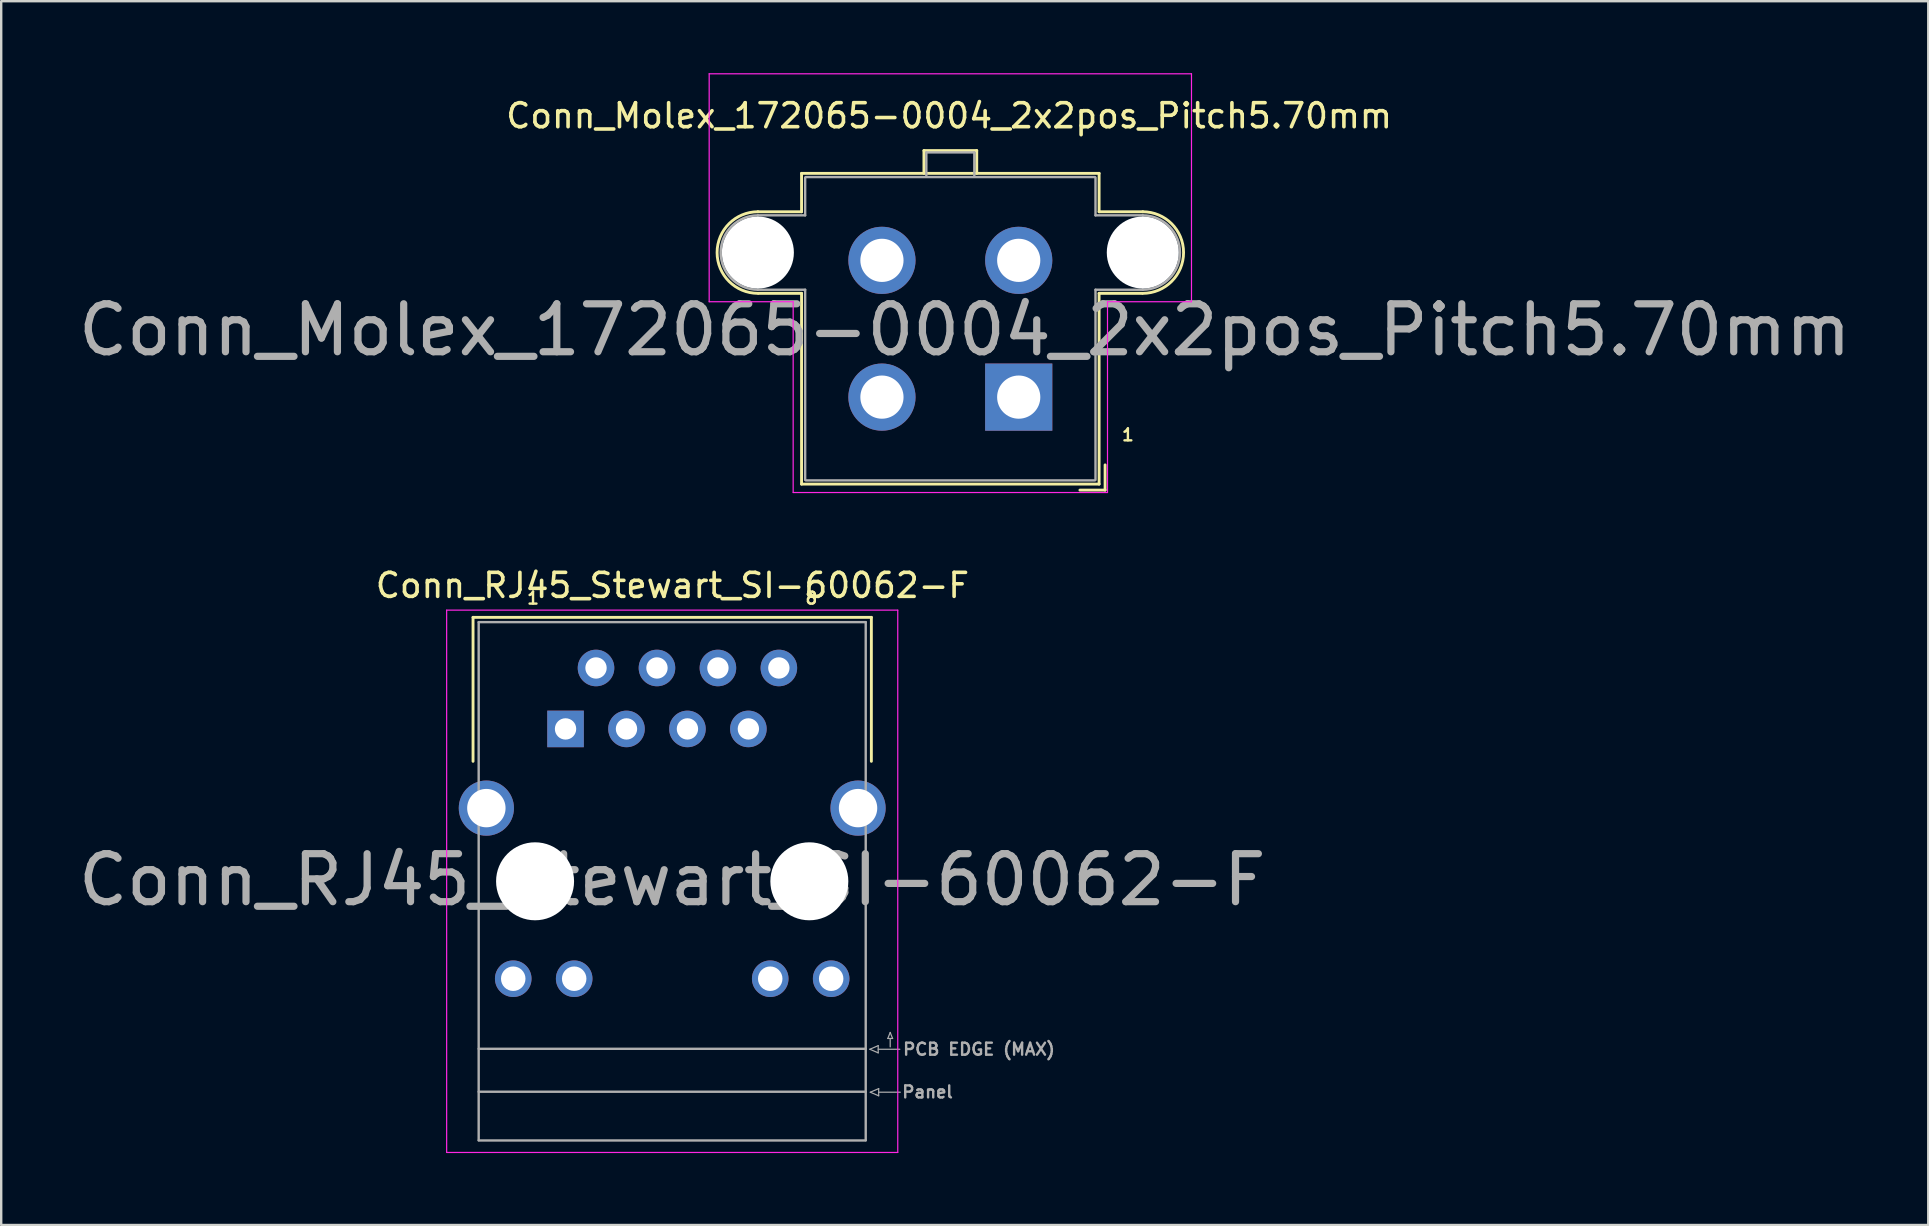
<source format=kicad_pcb>
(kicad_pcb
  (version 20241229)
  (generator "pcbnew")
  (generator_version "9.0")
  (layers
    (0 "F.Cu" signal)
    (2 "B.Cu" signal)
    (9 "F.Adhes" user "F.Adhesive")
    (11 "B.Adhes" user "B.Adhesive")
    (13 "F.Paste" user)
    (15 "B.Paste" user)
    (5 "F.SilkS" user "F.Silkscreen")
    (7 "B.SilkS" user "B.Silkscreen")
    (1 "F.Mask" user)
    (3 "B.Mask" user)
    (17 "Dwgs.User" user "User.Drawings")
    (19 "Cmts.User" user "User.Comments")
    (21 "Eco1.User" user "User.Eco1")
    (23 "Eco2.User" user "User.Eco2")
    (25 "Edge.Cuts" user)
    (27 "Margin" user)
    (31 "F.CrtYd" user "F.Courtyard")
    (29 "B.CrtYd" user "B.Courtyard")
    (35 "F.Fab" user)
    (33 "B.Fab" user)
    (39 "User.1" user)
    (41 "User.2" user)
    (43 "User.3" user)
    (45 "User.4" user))
  (footprint "Conn_RJ45_Stewart_SI-60062-F"
    (layer "F.Cu")
    (at 24.964 33.678)
    (property "Reference" "Conn_RJ45_Stewart_SI-60062-F" (at 0.01 -12.33 0) (layer "F.SilkS") (effects (font (size 1 1) (thickness 0.15))))
    (attr through_hole)
    (fp_line (start -8.3 -11) (end 8.3 -11) (stroke (width 0.12) (type solid)) (layer "F.SilkS"))
    (fp_line (start -8.3 -5) (end -8.3 -11) (stroke (width 0.12) (type solid)) (layer "F.SilkS"))
    (fp_line (start 8.3 -5) (end 8.3 -11) (stroke (width 0.12) (type solid)) (layer "F.SilkS"))
    (fp_line (start -9.4 -11.3) (end 9.4 -11.3) (stroke (width 0.05) (type solid)) (layer "F.CrtYd"))
    (fp_line (start -9.4 11.3) (end -9.4 -11.3) (stroke (width 0.05) (type solid)) (layer "F.CrtYd"))
    (fp_line (start -9.4 11.3) (end 9.4 11.3) (stroke (width 0.05) (type solid)) (layer "F.CrtYd"))
    (fp_line (start 9.4 11.3) (end 9.4 -11.3) (stroke (width 0.05) (type solid)) (layer "F.CrtYd"))
    (fp_line (start -8.065 -10.8) (end -8.065 10.79) (stroke (width 0.1) (type solid)) (layer "F.Fab"))
    (fp_line (start -8.065 -10.8) (end 8.065 -10.8) (stroke (width 0.1) (type solid)) (layer "F.Fab"))
    (fp_line (start -8.065 6.98) (end 8.065 6.98) (stroke (width 0.1) (type solid)) (layer "F.Fab"))
    (fp_line (start -8.065 8.77) (end 8.065 8.77) (stroke (width 0.1) (type solid)) (layer "F.Fab"))
    (fp_line (start -8.065 10.8) (end 8.065 10.8) (stroke (width 0.1) (type solid)) (layer "F.Fab"))
    (fp_line (start 8.065 -10.8) (end 8.065 10.79) (stroke (width 0.1) (type solid)) (layer "F.Fab"))
    (fp_line (start 8.235 7) (end 8.585 6.85) (stroke (width 0.05) (type solid)) (layer "F.Fab"))
    (fp_line (start 8.255 8.79) (end 8.605 8.64) (stroke (width 0.05) (type solid)) (layer "F.Fab"))
    (fp_line (start 8.585 6.85) (end 8.585 7.15) (stroke (width 0.05) (type solid)) (layer "F.Fab"))
    (fp_line (start 8.585 7) (end 9.485 7) (stroke (width 0.05) (type solid)) (layer "F.Fab"))
    (fp_line (start 8.585 7.15) (end 8.235 7) (stroke (width 0.05) (type solid)) (layer "F.Fab"))
    (fp_line (start 8.605 8.64) (end 8.605 8.94) (stroke (width 0.05) (type solid)) (layer "F.Fab"))
    (fp_line (start 8.605 8.79) (end 9.505 8.79) (stroke (width 0.05) (type solid)) (layer "F.Fab"))
    (fp_line (start 8.605 8.94) (end 8.255 8.79) (stroke (width 0.05) (type solid)) (layer "F.Fab"))
    (fp_line (start 8.985 6.55) (end 9.185 6.55) (stroke (width 0.05) (type solid)) (layer "F.Fab"))
    (fp_line (start 9.085 6.3) (end 8.985 6.55) (stroke (width 0.05) (type solid)) (layer "F.Fab"))
    (fp_line (start 9.085 6.9) (end 9.085 6.55) (stroke (width 0.05) (type solid)) (layer "F.Fab"))
    (fp_line (start 9.185 6.55) (end 9.085 6.3) (stroke (width 0.05) (type solid)) (layer "F.Fab"))
    (fp_text user "1" (at -5.8 -11.8 0) (layer "F.SilkS") (effects (font (size 0.5 0.5) (thickness 0.1))))
    (fp_text user "8" (at 5.8 -11.8 0) (layer "F.SilkS") (effects (font (size 0.5 0.5) (thickness 0.1))))
    (fp_text user "${REFERENCE}" (at 0 -0.06 0) (layer "F.Fab") (effects (font (size 2 2) (thickness 0.3))))
    (fp_text user "Panel" (at 10.64 8.78 0) (layer "F.Fab") (effects (font (size 0.5 0.5) (thickness 0.1))))
    (fp_text user "PCB EDGE (MAX)" (at 12.785 7 0) (layer "F.Fab") (effects (font (size 0.5 0.5) (thickness 0.1))))
    (pad "" np_thru_hole circle (at -5.715 0) (size 3.25 3.25) (drill 3.25) (layers "*.Cu" "*.Mask"))
    (pad "" np_thru_hole circle (at 5.715 0) (size 3.25 3.25) (drill 3.25) (layers "*.Cu" "*.Mask"))
    (pad "1" thru_hole rect (at -4.445 -6.35) (size 1.524 1.524) (drill 0.89) (layers "*.Cu" "*.Mask"))
    (pad "2" thru_hole circle (at -3.175 -8.89) (size 1.524 1.524) (drill 0.89) (layers "*.Cu" "*.Mask"))
    (pad "3" thru_hole circle (at -1.905 -6.35) (size 1.524 1.524) (drill 0.89) (layers "*.Cu" "*.Mask"))
    (pad "4" thru_hole circle (at -0.635 -8.89) (size 1.524 1.524) (drill 0.89) (layers "*.Cu" "*.Mask"))
    (pad "5" thru_hole circle (at 0.635 -6.35) (size 1.524 1.524) (drill 0.89) (layers "*.Cu" "*.Mask"))
    (pad "6" thru_hole circle (at 1.905 -8.89) (size 1.524 1.524) (drill 0.89) (layers "*.Cu" "*.Mask"))
    (pad "7" thru_hole circle (at 3.175 -6.35) (size 1.524 1.524) (drill 0.89) (layers "*.Cu" "*.Mask"))
    (pad "8" thru_hole circle (at 4.445 -8.89) (size 1.524 1.524) (drill 0.89) (layers "*.Cu" "*.Mask"))
    (pad "9" thru_hole circle (at -6.625 4.06) (size 1.524 1.524) (drill 1.02) (layers "*.Cu" "*.Mask"))
    (pad "10" thru_hole circle (at -4.085 4.06) (size 1.524 1.524) (drill 1.02) (layers "*.Cu" "*.Mask"))
    (pad "11" thru_hole circle (at 4.085 4.06) (size 1.524 1.524) (drill 1.02) (layers "*.Cu" "*.Mask"))
    (pad "12" thru_hole circle (at 6.625 4.06) (size 1.524 1.524) (drill 1.02) (layers "*.Cu" "*.Mask"))
    (pad "13" thru_hole circle (at -7.745 -3.05) (size 2.3 2.3) (drill 1.6) (layers "*.Cu" "*.Mask"))
    (pad "13" thru_hole circle (at 7.745 -3.05) (size 2.3 2.3) (drill 1.6) (layers "*.Cu" "*.Mask")))
  (footprint "Conn_Molex_172065-0004_2x2pos_Pitch5.70mm"
    (layer "F.Cu")
    (at 36.555 7.475)
    (property "Reference" "Conn_Molex_172065-0004_2x2pos_Pitch5.70mm" (at -0.05 -5.7 0) (layer "F.SilkS") (effects (font (size 1 1) (thickness 0.15))))
    (attr through_hole)
    (fp_line (start -6.2 -3.3) (end -6.2 -1.7) (stroke (width 0.12) (type solid)) (layer "F.SilkS"))
    (fp_line (start -6.2 -1.7) (end -8.02 -1.7) (stroke (width 0.12) (type solid)) (layer "F.SilkS"))
    (fp_line (start -6.2 1.7) (end -8 1.7) (stroke (width 0.12) (type solid)) (layer "F.SilkS"))
    (fp_line (start -6.2 9.65) (end -6.2 1.7) (stroke (width 0.12) (type solid)) (layer "F.SilkS"))
    (fp_line (start -1.1 -4.25) (end -1.1 -3.3) (stroke (width 0.12) (type solid)) (layer "F.SilkS"))
    (fp_line (start 1.1 -4.25) (end -1.1 -4.25) (stroke (width 0.12) (type solid)) (layer "F.SilkS"))
    (fp_line (start 1.1 -4.25) (end 1.1 -3.3) (stroke (width 0.12) (type solid)) (layer "F.SilkS"))
    (fp_line (start 6.2 -3.3) (end -6.2 -3.3) (stroke (width 0.12) (type solid)) (layer "F.SilkS"))
    (fp_line (start 6.2 -3.3) (end 6.2 -1.7) (stroke (width 0.12) (type solid)) (layer "F.SilkS"))
    (fp_line (start 6.2 9.65) (end -6.2 9.65) (stroke (width 0.12) (type solid)) (layer "F.SilkS"))
    (fp_line (start 6.2 9.65) (end 6.2 1.7) (stroke (width 0.12) (type solid)) (layer "F.SilkS"))
    (fp_line (start 6.45 8.85) (end 6.45 9.9) (stroke (width 0.12) (type solid)) (layer "F.SilkS"))
    (fp_line (start 6.45 9.9) (end 5.4 9.9) (stroke (width 0.12) (type solid)) (layer "F.SilkS"))
    (fp_line (start 8 1.7) (end 6.2 1.7) (stroke (width 0.12) (type solid)) (layer "F.SilkS"))
    (fp_line (start 8.02 -1.7) (end 6.2 -1.7) (stroke (width 0.12) (type solid)) (layer "F.SilkS"))
    (fp_arc (start -8.02 1.7) (mid -9.72 0) (end -8.02 -1.7) (stroke (width 0.12) (type solid)) (layer "F.SilkS"))
    (fp_arc (start 8.02 -1.7) (mid 9.72 0) (end 8.02 1.7) (stroke (width 0.12) (type solid)) (layer "F.SilkS"))
    (fp_line (start -10.05 2.05) (end -10.05 -7.45) (stroke (width 0.05) (type solid)) (layer "F.CrtYd"))
    (fp_line (start -10.05 2.05) (end -6.55 2.05) (stroke (width 0.05) (type solid)) (layer "F.CrtYd"))
    (fp_line (start -6.55 2.05) (end -6.55 10) (stroke (width 0.05) (type solid)) (layer "F.CrtYd"))
    (fp_line (start -6.55 10) (end 6.55 10) (stroke (width 0.05) (type solid)) (layer "F.CrtYd"))
    (fp_line (start 6.55 2.05) (end 6.55 10) (stroke (width 0.05) (type solid)) (layer "F.CrtYd"))
    (fp_line (start 10.05 -7.45) (end -10.05 -7.45) (stroke (width 0.05) (type solid)) (layer "F.CrtYd"))
    (fp_line (start 10.05 2.05) (end 6.55 2.05) (stroke (width 0.05) (type solid)) (layer "F.CrtYd"))
    (fp_line (start 10.05 2.05) (end 10.05 -7.45) (stroke (width 0.05) (type solid)) (layer "F.CrtYd"))
    (fp_line (start -8.02 -1.55) (end -6.05 -1.55) (stroke (width 0.1) (type solid)) (layer "F.Fab"))
    (fp_line (start -8.02 1.55) (end -6.05 1.55) (stroke (width 0.1) (type solid)) (layer "F.Fab"))
    (fp_line (start -6.05 -1.55) (end -6.05 -3.125) (stroke (width 0.1) (type solid)) (layer "F.Fab"))
    (fp_line (start -6.05 9.475) (end -6.05 1.55) (stroke (width 0.1) (type solid)) (layer "F.Fab"))
    (fp_line (start -6.025 -3.145) (end 6.025 -3.145) (stroke (width 0.1) (type solid)) (layer "F.Fab"))
    (fp_line (start -6.025 9.495) (end 6.025 9.495) (stroke (width 0.1) (type solid)) (layer "F.Fab"))
    (fp_line (start -1 -4.175) (end 1 -4.175) (stroke (width 0.1) (type solid)) (layer "F.Fab"))
    (fp_line (start -1 -3.175) (end -1 -4.175) (stroke (width 0.1) (type solid)) (layer "F.Fab"))
    (fp_line (start 1 -3.175) (end 1 -4.175) (stroke (width 0.1) (type solid)) (layer "F.Fab"))
    (fp_line (start 6.05 -1.55) (end 6.05 -3.125) (stroke (width 0.1) (type solid)) (layer "F.Fab"))
    (fp_line (start 6.05 1.55) (end 8.02 1.55) (stroke (width 0.1) (type solid)) (layer "F.Fab"))
    (fp_line (start 6.05 9.475) (end 6.05 1.55) (stroke (width 0.1) (type solid)) (layer "F.Fab"))
    (fp_line (start 8.02 -1.55) (end 6.05 -1.55) (stroke (width 0.1) (type solid)) (layer "F.Fab"))
    (fp_arc (start -8.02 1.55) (mid -9.57 0) (end -8.02 -1.55) (stroke (width 0.1) (type solid)) (layer "F.Fab"))
    (fp_arc (start 8.02 -1.55) (mid 9.57 0) (end 8.02 1.55) (stroke (width 0.1) (type solid)) (layer "F.Fab"))
    (fp_text user "1" (at 7.4 7.6 0) (layer "F.SilkS") (effects (font (size 0.5 0.5) (thickness 0.1))))
    (fp_text user "${REFERENCE}" (at 0.6 3.225 0) (layer "F.Fab") (effects (font (size 2 2) (thickness 0.3))))
    (pad "" np_thru_hole circle (at -8.02 0) (size 3 3) (drill 3) (layers "*.Cu" "*.Mask"))
    (pad "" np_thru_hole circle (at 8.02 0) (size 3 3) (drill 3) (layers "*.Cu" "*.Mask"))
    (pad "1" thru_hole rect (at 2.85 6.025) (size 2.8 2.8) (drill 1.8) (layers "*.Cu" "*.Mask"))
    (pad "2" thru_hole circle (at -2.85 6.025) (size 2.8 2.8) (drill 1.8) (layers "*.Cu" "*.Mask"))
    (pad "3" thru_hole circle (at 2.85 0.325) (size 2.8 2.8) (drill 1.8) (layers "*.Cu" "*.Mask"))
    (pad "4" thru_hole circle (at -2.85 0.325) (size 2.8 2.8) (drill 1.8) (layers "*.Cu" "*.Mask")))
  (gr_rect
    (start -3 -3)
    (end 77.31 48.003)
    (stroke (width 0.1) (type default))
    (fill no)
    (layer "Edge.Cuts")))
</source>
